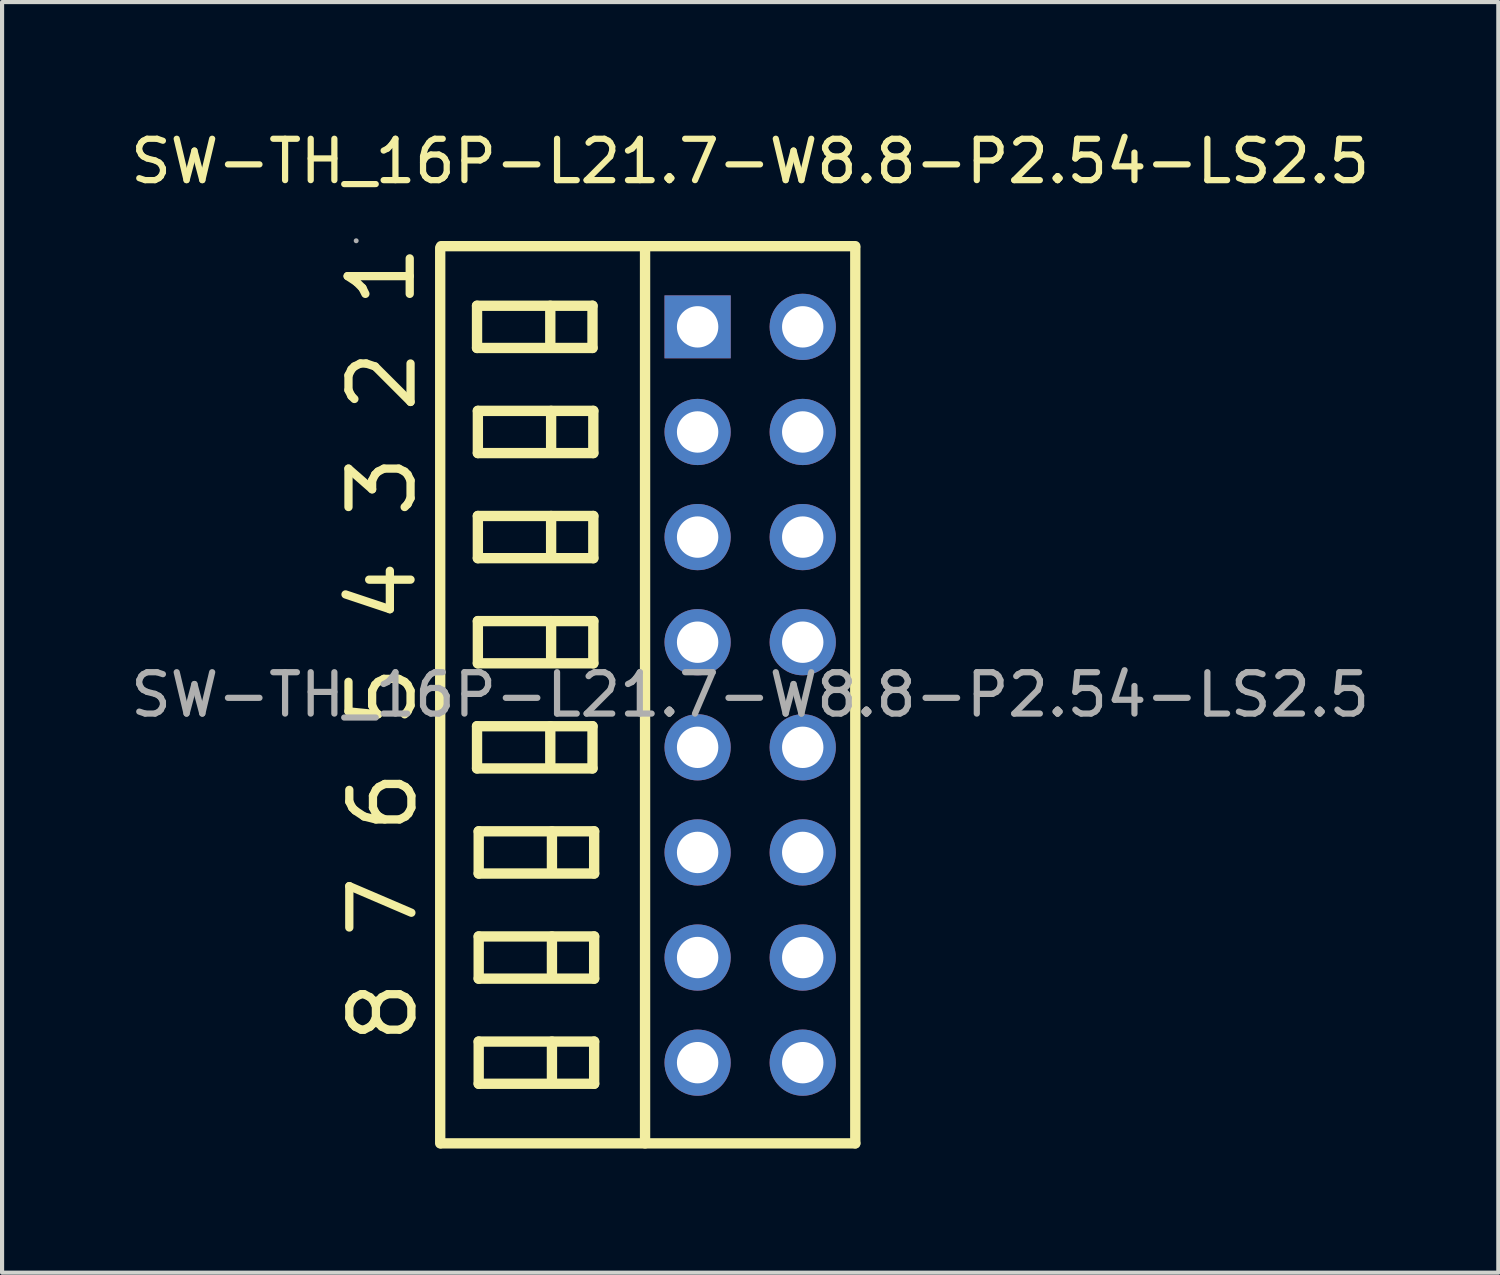
<source format=kicad_pcb>
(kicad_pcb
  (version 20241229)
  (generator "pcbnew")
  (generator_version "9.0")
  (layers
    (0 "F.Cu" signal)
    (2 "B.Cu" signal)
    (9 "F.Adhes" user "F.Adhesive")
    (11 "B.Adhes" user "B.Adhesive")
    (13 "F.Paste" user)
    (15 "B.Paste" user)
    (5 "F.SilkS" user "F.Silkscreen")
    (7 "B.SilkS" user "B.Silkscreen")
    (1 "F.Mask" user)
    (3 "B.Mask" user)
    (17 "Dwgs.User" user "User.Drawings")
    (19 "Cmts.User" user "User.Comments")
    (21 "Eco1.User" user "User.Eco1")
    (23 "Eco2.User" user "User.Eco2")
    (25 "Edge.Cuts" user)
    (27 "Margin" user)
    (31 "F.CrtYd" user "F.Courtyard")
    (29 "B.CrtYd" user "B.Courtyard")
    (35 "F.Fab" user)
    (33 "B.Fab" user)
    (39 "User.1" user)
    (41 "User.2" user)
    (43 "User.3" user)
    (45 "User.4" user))
  (footprint "SW-TH_16P-L21.7-W8.8-P2.54-LS2.5"
    (layer "F.Cu")
    (at 15.077 13.738)
    (property "Reference" "SW-TH_16P-L21.7-W8.8-P2.54-LS2.5" (at 0 -12.89 0) (layer "F.SilkS") (effects (font (size 1 1) (thickness 0.15))))
    (attr through_hole)
    (fp_line (start -7.49 -10.8) (end -7.49 10.84) (stroke (width 0.25) (type solid)) (layer "F.SilkS"))
    (fp_line (start -7.47 -10.84) (end 2.54 -10.84) (stroke (width 0.25) (type solid)) (layer "F.SilkS"))
    (fp_line (start -7.47 10.84) (end 2.54 10.84) (stroke (width 0.25) (type solid)) (layer "F.SilkS"))
    (fp_line (start -6.6 -9.4) (end -6.6 -8.38) (stroke (width 0.25) (type solid)) (layer "F.SilkS"))
    (fp_line (start -6.6 -8.38) (end -3.81 -8.38) (stroke (width 0.25) (type solid)) (layer "F.SilkS"))
    (fp_line (start -6.6 0.76) (end -6.6 1.78) (stroke (width 0.25) (type solid)) (layer "F.SilkS"))
    (fp_line (start -6.6 1.78) (end -3.81 1.78) (stroke (width 0.25) (type solid)) (layer "F.SilkS"))
    (fp_line (start -6.58 -6.86) (end -6.58 -5.84) (stroke (width 0.25) (type solid)) (layer "F.SilkS"))
    (fp_line (start -6.58 -5.84) (end -3.79 -5.84) (stroke (width 0.25) (type solid)) (layer "F.SilkS"))
    (fp_line (start -6.58 -4.32) (end -6.58 -3.3) (stroke (width 0.25) (type solid)) (layer "F.SilkS"))
    (fp_line (start -6.58 -3.3) (end -3.79 -3.3) (stroke (width 0.25) (type solid)) (layer "F.SilkS"))
    (fp_line (start -6.58 -1.78) (end -6.58 -0.76) (stroke (width 0.25) (type solid)) (layer "F.SilkS"))
    (fp_line (start -6.58 -0.76) (end -3.79 -0.76) (stroke (width 0.25) (type solid)) (layer "F.SilkS"))
    (fp_line (start -6.56 3.3) (end -6.56 4.32) (stroke (width 0.25) (type solid)) (layer "F.SilkS"))
    (fp_line (start -6.56 4.32) (end -3.77 4.32) (stroke (width 0.25) (type solid)) (layer "F.SilkS"))
    (fp_line (start -6.56 5.84) (end -6.56 6.86) (stroke (width 0.25) (type solid)) (layer "F.SilkS"))
    (fp_line (start -6.56 6.86) (end -3.77 6.86) (stroke (width 0.25) (type solid)) (layer "F.SilkS"))
    (fp_line (start -6.56 8.38) (end -6.56 9.4) (stroke (width 0.25) (type solid)) (layer "F.SilkS"))
    (fp_line (start -6.56 9.4) (end -3.77 9.4) (stroke (width 0.25) (type solid)) (layer "F.SilkS"))
    (fp_line (start -4.83 -9.4) (end -4.83 -8.51) (stroke (width 0.25) (type solid)) (layer "F.SilkS"))
    (fp_line (start -4.83 0.76) (end -4.83 1.65) (stroke (width 0.25) (type solid)) (layer "F.SilkS"))
    (fp_line (start -4.81 -6.86) (end -4.81 -5.97) (stroke (width 0.25) (type solid)) (layer "F.SilkS"))
    (fp_line (start -4.81 -4.32) (end -4.81 -3.43) (stroke (width 0.25) (type solid)) (layer "F.SilkS"))
    (fp_line (start -4.81 -1.78) (end -4.81 -0.89) (stroke (width 0.25) (type solid)) (layer "F.SilkS"))
    (fp_line (start -4.79 3.3) (end -4.79 4.19) (stroke (width 0.25) (type solid)) (layer "F.SilkS"))
    (fp_line (start -4.79 5.84) (end -4.79 6.73) (stroke (width 0.25) (type solid)) (layer "F.SilkS"))
    (fp_line (start -4.79 8.38) (end -4.79 9.27) (stroke (width 0.25) (type solid)) (layer "F.SilkS"))
    (fp_line (start -3.81 -9.4) (end -6.6 -9.4) (stroke (width 0.25) (type solid)) (layer "F.SilkS"))
    (fp_line (start -3.81 -8.38) (end -3.81 -9.4) (stroke (width 0.25) (type solid)) (layer "F.SilkS"))
    (fp_line (start -3.81 0.76) (end -6.6 0.76) (stroke (width 0.25) (type solid)) (layer "F.SilkS"))
    (fp_line (start -3.81 1.78) (end -3.81 0.76) (stroke (width 0.25) (type solid)) (layer "F.SilkS"))
    (fp_line (start -3.79 -6.86) (end -6.58 -6.86) (stroke (width 0.25) (type solid)) (layer "F.SilkS"))
    (fp_line (start -3.79 -5.84) (end -3.79 -6.86) (stroke (width 0.25) (type solid)) (layer "F.SilkS"))
    (fp_line (start -3.79 -4.32) (end -6.58 -4.32) (stroke (width 0.25) (type solid)) (layer "F.SilkS"))
    (fp_line (start -3.79 -3.3) (end -3.79 -4.32) (stroke (width 0.25) (type solid)) (layer "F.SilkS"))
    (fp_line (start -3.79 -1.78) (end -6.58 -1.78) (stroke (width 0.25) (type solid)) (layer "F.SilkS"))
    (fp_line (start -3.79 -0.76) (end -3.79 -1.78) (stroke (width 0.25) (type solid)) (layer "F.SilkS"))
    (fp_line (start -3.77 3.3) (end -6.56 3.3) (stroke (width 0.25) (type solid)) (layer "F.SilkS"))
    (fp_line (start -3.77 4.32) (end -3.77 3.3) (stroke (width 0.25) (type solid)) (layer "F.SilkS"))
    (fp_line (start -3.77 5.84) (end -6.56 5.84) (stroke (width 0.25) (type solid)) (layer "F.SilkS"))
    (fp_line (start -3.77 6.86) (end -3.77 5.84) (stroke (width 0.25) (type solid)) (layer "F.SilkS"))
    (fp_line (start -3.77 8.38) (end -6.56 8.38) (stroke (width 0.25) (type solid)) (layer "F.SilkS"))
    (fp_line (start -3.77 9.4) (end -3.77 8.38) (stroke (width 0.25) (type solid)) (layer "F.SilkS"))
    (fp_line (start -2.54 -10.8) (end -2.54 10.84) (stroke (width 0.25) (type solid)) (layer "F.SilkS"))
    (fp_line (start 2.54 10.84) (end 2.54 -10.8) (stroke (width 0.25) (type solid)) (layer "F.SilkS"))
    (fp_circle (center -9.52 -10.97) (end -9.49 -10.97) (stroke (width 0.06) (type solid)) (fill no) (layer "F.Fab"))
    (fp_circle (center -1.27 -8.89) (end -1.07 -8.89) (stroke (width 0.4) (type solid)) (fill no) (layer "F.Fab"))
    (fp_circle (center -1.27 -6.35) (end -1.07 -6.35) (stroke (width 0.4) (type solid)) (fill no) (layer "F.Fab"))
    (fp_circle (center -1.27 -3.81) (end -1.07 -3.81) (stroke (width 0.4) (type solid)) (fill no) (layer "F.Fab"))
    (fp_circle (center -1.27 -1.27) (end -1.07 -1.27) (stroke (width 0.4) (type solid)) (fill no) (layer "F.Fab"))
    (fp_circle (center -1.27 1.27) (end -1.07 1.27) (stroke (width 0.4) (type solid)) (fill no) (layer "F.Fab"))
    (fp_circle (center -1.27 3.81) (end -1.07 3.81) (stroke (width 0.4) (type solid)) (fill no) (layer "F.Fab"))
    (fp_circle (center -1.27 6.35) (end -1.07 6.35) (stroke (width 0.4) (type solid)) (fill no) (layer "F.Fab"))
    (fp_circle (center -1.27 8.89) (end -1.07 8.89) (stroke (width 0.4) (type solid)) (fill no) (layer "F.Fab"))
    (fp_circle (center 1.27 -8.89) (end 1.47 -8.89) (stroke (width 0.4) (type solid)) (fill no) (layer "F.Fab"))
    (fp_circle (center 1.27 -6.35) (end 1.47 -6.35) (stroke (width 0.4) (type solid)) (fill no) (layer "F.Fab"))
    (fp_circle (center 1.27 -3.81) (end 1.47 -3.81) (stroke (width 0.4) (type solid)) (fill no) (layer "F.Fab"))
    (fp_circle (center 1.27 -1.27) (end 1.47 -1.27) (stroke (width 0.4) (type solid)) (fill no) (layer "F.Fab"))
    (fp_circle (center 1.27 1.27) (end 1.47 1.27) (stroke (width 0.4) (type solid)) (fill no) (layer "F.Fab"))
    (fp_circle (center 1.27 3.81) (end 1.47 3.81) (stroke (width 0.4) (type solid)) (fill no) (layer "F.Fab"))
    (fp_circle (center 1.27 6.35) (end 1.47 6.35) (stroke (width 0.4) (type solid)) (fill no) (layer "F.Fab"))
    (fp_circle (center 1.27 8.89) (end 1.47 8.89) (stroke (width 0.4) (type solid)) (fill no) (layer "F.Fab"))
    (fp_text user "5" (at -8.89 0.89 270) (layer "F.SilkS") (effects (font (size 1.5 1.5) (thickness 0.2)) (justify left)))
    (fp_text user "6" (at -8.87 3.43 270) (layer "F.SilkS") (effects (font (size 1.5 1.5) (thickness 0.2)) (justify left)))
    (fp_text user "1" (at -8.91 -9.27 270) (layer "F.SilkS") (effects (font (size 1.5 1.5) (thickness 0.2)) (justify left)))
    (fp_text user "2" (at -8.89 -6.73 270) (layer "F.SilkS") (effects (font (size 1.5 1.5) (thickness 0.2)) (justify left)))
    (fp_text user "8" (at -8.87 8.51 270) (layer "F.SilkS") (effects (font (size 1.5 1.5) (thickness 0.2)) (justify left)))
    (fp_text user "3" (at -8.89 -4.19 270) (layer "F.SilkS") (effects (font (size 1.5 1.5) (thickness 0.2)) (justify left)))
    (fp_text user "4" (at -8.89 -1.65 270) (layer "F.SilkS") (effects (font (size 1.5 1.5) (thickness 0.2)) (justify left)))
    (fp_text user "7" (at -8.87 5.97 270) (layer "F.SilkS") (effects (font (size 1.5 1.5) (thickness 0.2)) (justify left)))
    (fp_text user "${REFERENCE}" (at 0 0 0) (layer "F.Fab") (effects (font (size 1 1) (thickness 0.15))))
    (pad "1" thru_hole rect (at -1.27 -8.89) (size 1.6 1.52) (drill 1) (layers "*.Cu" "*.Paste" "*.Mask"))
    (pad "2" thru_hole circle (at -1.27 -6.35) (size 1.6 1.6) (drill 1) (layers "*.Cu" "*.Paste" "*.Mask"))
    (pad "3" thru_hole circle (at -1.27 -3.81) (size 1.6 1.6) (drill 1) (layers "*.Cu" "*.Paste" "*.Mask"))
    (pad "4" thru_hole circle (at -1.27 -1.27) (size 1.6 1.6) (drill 1) (layers "*.Cu" "*.Paste" "*.Mask"))
    (pad "5" thru_hole circle (at -1.27 1.27) (size 1.6 1.6) (drill 1) (layers "*.Cu" "*.Paste" "*.Mask"))
    (pad "6" thru_hole circle (at -1.27 3.81) (size 1.6 1.6) (drill 1) (layers "*.Cu" "*.Paste" "*.Mask"))
    (pad "7" thru_hole circle (at -1.27 6.35) (size 1.6 1.6) (drill 1) (layers "*.Cu" "*.Paste" "*.Mask"))
    (pad "8" thru_hole circle (at -1.27 8.89) (size 1.6 1.6) (drill 1) (layers "*.Cu" "*.Paste" "*.Mask"))
    (pad "9" thru_hole circle (at 1.27 8.89) (size 1.6 1.6) (drill 1) (layers "*.Cu" "*.Paste" "*.Mask"))
    (pad "10" thru_hole circle (at 1.27 6.35) (size 1.6 1.6) (drill 1) (layers "*.Cu" "*.Paste" "*.Mask"))
    (pad "11" thru_hole circle (at 1.27 3.81) (size 1.6 1.6) (drill 1) (layers "*.Cu" "*.Paste" "*.Mask"))
    (pad "12" thru_hole circle (at 1.27 1.27) (size 1.6 1.6) (drill 1) (layers "*.Cu" "*.Paste" "*.Mask"))
    (pad "13" thru_hole circle (at 1.27 -1.27) (size 1.6 1.6) (drill 1) (layers "*.Cu" "*.Paste" "*.Mask"))
    (pad "14" thru_hole circle (at 1.27 -3.81) (size 1.6 1.6) (drill 1) (layers "*.Cu" "*.Paste" "*.Mask"))
    (pad "15" thru_hole circle (at 1.27 -6.35) (size 1.6 1.6) (drill 1) (layers "*.Cu" "*.Paste" "*.Mask"))
    (pad "16" thru_hole circle (at 1.27 -8.89) (size 1.6 1.6) (drill 1) (layers "*.Cu" "*.Paste" "*.Mask")))
  (gr_rect
    (start -3 -3)
    (end 33.155 27.703)
    (stroke (width 0.1) (type default))
    (fill no)
    (layer "Edge.Cuts")))
</source>
